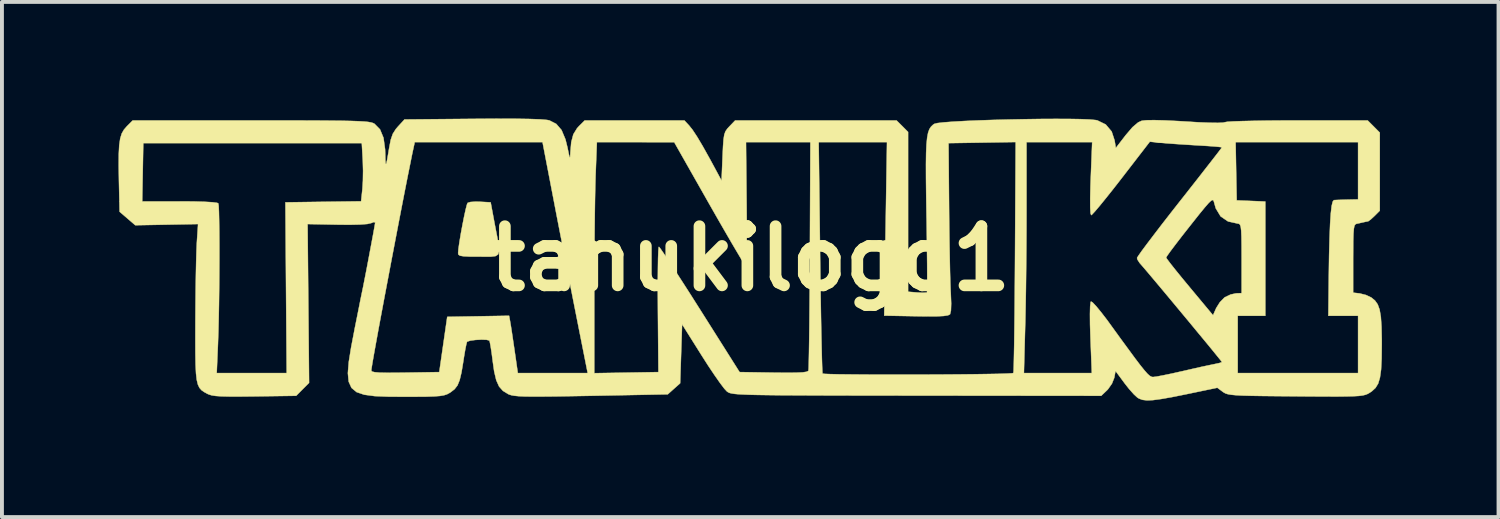
<source format=kicad_pcb>
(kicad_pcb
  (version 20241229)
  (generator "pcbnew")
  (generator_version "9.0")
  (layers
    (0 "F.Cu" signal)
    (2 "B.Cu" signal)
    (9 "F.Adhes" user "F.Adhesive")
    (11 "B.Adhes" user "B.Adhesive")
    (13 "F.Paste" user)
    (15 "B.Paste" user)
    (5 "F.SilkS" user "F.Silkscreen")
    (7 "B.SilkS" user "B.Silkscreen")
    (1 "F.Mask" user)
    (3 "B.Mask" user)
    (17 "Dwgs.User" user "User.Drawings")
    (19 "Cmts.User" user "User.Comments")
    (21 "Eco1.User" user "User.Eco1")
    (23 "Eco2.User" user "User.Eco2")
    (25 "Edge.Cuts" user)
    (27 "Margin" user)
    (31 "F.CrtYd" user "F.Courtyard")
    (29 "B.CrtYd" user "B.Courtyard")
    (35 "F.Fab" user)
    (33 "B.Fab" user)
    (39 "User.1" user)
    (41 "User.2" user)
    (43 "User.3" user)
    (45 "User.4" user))
  (footprint "tanukilogo1"
    (layer "F.Cu")
    (at 16.259 3.606)
    (property "Reference" "tanukilogo1" (at 0 0 0) (layer "F.SilkS") (effects (font (size 1.524 1.524) (thickness 0.3))))
    (attr through_hole)
    (fp_poly (pts (xy -6.954 -1.463) (xy -6.68 -1.448) (xy -6.571 -0.864) (xy -6.512 -0.56) (xy -6.474 -0.342) (xy -6.463 -0.196) (xy -6.487 -0.109) (xy -6.553 -0.065) (xy -6.669 -0.05) (xy -6.841 -0.05) (xy -6.985 -0.051) (xy -7.224 -0.052) (xy -7.38 -0.06) (xy -7.469 -0.075) (xy -7.509 -0.101) (xy -7.518 -0.14) (xy -7.509 -0.251) (xy -7.484 -0.424) (xy -7.449 -0.635) (xy -7.407 -0.862) (xy -7.364 -1.079) (xy -7.324 -1.263) (xy -7.291 -1.39) (xy -7.273 -1.434) (xy -7.201 -1.457) (xy -7.063 -1.466) (xy -6.954 -1.463)) (stroke (width 0.01) (type solid)) (fill yes) (layer "F.SilkS"))
    (fp_poly (pts (xy -6.07 -3.6) (xy -5.69 -3.594) (xy -5.41 -3.584) (xy -5.231 -3.569) (xy -5.171 -3.558) (xy -4.992 -3.467) (xy -4.855 -3.308) (xy -4.755 -3.069) (xy -4.703 -2.86) (xy -4.668 -2.688) (xy -4.647 -2.608) (xy -4.635 -2.613) (xy -4.63 -2.696) (xy -4.629 -2.724) (xy -4.606 -2.997) (xy -4.552 -3.199) (xy -4.456 -3.355) (xy -4.409 -3.407) (xy -4.259 -3.556) (xy -2.977 -3.556) (xy -1.694 -3.556) (xy -1.576 -3.43) (xy -1.484 -3.315) (xy -1.367 -3.138) (xy -1.219 -2.889) (xy -1.036 -2.561) (xy -0.928 -2.362) (xy -0.737 -2.007) (xy -0.711 -2.626) (xy -0.699 -2.887) (xy -0.686 -3.068) (xy -0.667 -3.19) (xy -0.637 -3.274) (xy -0.591 -3.341) (xy -0.537 -3.4) (xy -0.387 -3.556) (xy 3.767 -3.556) (xy 3.916 -3.408) (xy 4.064 -3.259) (xy 4.064 0.853) (xy 4.296 0.872) (xy 4.439 0.879) (xy 4.533 0.874) (xy 4.55 0.869) (xy 4.554 0.815) (xy 4.556 0.67) (xy 4.556 0.447) (xy 4.555 0.155) (xy 4.551 -0.193) (xy 4.546 -0.587) (xy 4.54 -1.016) (xy 4.538 -1.088) (xy 4.53 -1.624) (xy 4.525 -2.069) (xy 4.524 -2.43) (xy 4.528 -2.719) (xy 4.538 -2.944) (xy 4.555 -3.114) (xy 4.579 -3.24) (xy 4.612 -3.331) (xy 4.654 -3.395) (xy 4.705 -3.444) (xy 4.74 -3.468) (xy 4.819 -3.488) (xy 4.986 -3.507) (xy 5.228 -3.525) (xy 5.53 -3.542) (xy 5.879 -3.557) (xy 6.262 -3.57) (xy 6.664 -3.58) (xy 7.072 -3.588) (xy 7.473 -3.594) (xy 7.852 -3.596) (xy 8.197 -3.595) (xy 8.492 -3.59) (xy 8.726 -3.581) (xy 8.883 -3.567) (xy 8.931 -3.559) (xy 9.151 -3.452) (xy 9.304 -3.271) (xy 9.379 -3.042) (xy 9.411 -2.848) (xy 9.664 -3.176) (xy 9.84 -3.382) (xy 9.986 -3.506) (xy 10.079 -3.548) (xy 10.194 -3.561) (xy 10.397 -3.564) (xy 10.676 -3.557) (xy 11.018 -3.54) (xy 11.204 -3.529) (xy 11.543 -3.508) (xy 11.826 -3.497) (xy 12.04 -3.494) (xy 12.174 -3.5) (xy 12.215 -3.51) (xy 12.276 -3.521) (xy 12.427 -3.531) (xy 12.656 -3.539) (xy 12.954 -3.546) (xy 13.308 -3.552) (xy 13.707 -3.555) (xy 14.078 -3.556) (xy 15.893 -3.556) (xy 16.049 -3.4) (xy 16.205 -3.243) (xy 16.205 -1.233) (xy 16.071 -1.099) (xy 15.976 -1.011) (xy 15.913 -0.964) (xy 15.906 -0.961) (xy 15.835 -0.947) (xy 15.786 -0.936) (xy 15.654 -0.906) (xy 15.608 -0.897) (xy 15.576 -0.882) (xy 15.552 -0.844) (xy 15.537 -0.767) (xy 15.527 -0.639) (xy 15.521 -0.443) (xy 15.52 -0.168) (xy 15.519 -0.001) (xy 15.519 0.877) (xy 15.686 0.896) (xy 15.85 0.937) (xy 15.985 1.001) (xy 16.08 1.078) (xy 16.15 1.176) (xy 16.2 1.312) (xy 16.232 1.499) (xy 16.249 1.753) (xy 16.256 2.089) (xy 16.256 2.21) (xy 16.252 2.575) (xy 16.238 2.855) (xy 16.209 3.063) (xy 16.163 3.216) (xy 16.095 3.328) (xy 16 3.415) (xy 15.942 3.454) (xy 15.893 3.482) (xy 15.838 3.504) (xy 15.768 3.521) (xy 15.67 3.534) (xy 15.534 3.542) (xy 15.348 3.547) (xy 15.101 3.55) (xy 14.783 3.549) (xy 14.383 3.547) (xy 14.037 3.544) (xy 13.57 3.54) (xy 13.194 3.536) (xy 12.897 3.531) (xy 12.67 3.525) (xy 12.501 3.516) (xy 12.379 3.504) (xy 12.293 3.489) (xy 12.233 3.47) (xy 12.188 3.445) (xy 12.162 3.427) (xy 12.024 3.324) (xy 11.232 3.489) (xy 10.865 3.563) (xy 10.582 3.613) (xy 10.369 3.642) (xy 10.211 3.649) (xy 10.096 3.635) (xy 10.007 3.602) (xy 9.964 3.575) (xy 9.875 3.493) (xy 9.754 3.357) (xy 9.627 3.196) (xy 9.625 3.192) (xy 9.403 2.892) (xy 9.371 3.066) (xy 9.311 3.218) (xy 9.207 3.365) (xy 9.187 3.386) (xy 9.035 3.531) (xy 4.286 3.526) (xy 3.485 3.525) (xy 2.779 3.524) (xy 2.162 3.523) (xy 1.627 3.521) (xy 1.17 3.519) (xy 0.783 3.517) (xy 0.46 3.513) (xy 0.195 3.509) (xy -0.018 3.504) (xy -0.186 3.497) (xy -0.315 3.49) (xy -0.41 3.481) (xy -0.479 3.47) (xy -0.528 3.458) (xy -0.562 3.443) (xy -0.588 3.427) (xy -0.596 3.422) (xy -0.665 3.348) (xy -0.775 3.203) (xy -0.916 3.002) (xy -1.077 2.762) (xy -1.241 2.506) (xy -1.753 1.691) (xy -1.803 3.209) (xy -1.963 3.351) (xy -2.122 3.493) (xy -4.09 3.531) (xy -4.596 3.54) (xy -5.012 3.547) (xy -5.345 3.55) (xy -5.608 3.551) (xy -5.809 3.548) (xy -5.96 3.541) (xy -6.07 3.53) (xy -6.148 3.516) (xy -6.207 3.497) (xy -6.227 3.488) (xy -6.364 3.404) (xy -6.464 3.291) (xy -6.536 3.13) (xy -6.579 2.949) (xy -4.013 2.949) (xy -2.362 2.921) (xy -2.376 1.308) (xy -2.378 0.915) (xy -2.378 0.556) (xy -2.375 0.245) (xy -2.371 -0.008) (xy -2.364 -0.191) (xy -2.356 -0.29) (xy -2.35 -0.305) (xy -2.315 -0.263) (xy -2.233 -0.145) (xy -2.108 0.04) (xy -1.948 0.284) (xy -1.76 0.575) (xy -1.547 0.906) (xy -1.319 1.266) (xy -1.292 1.308) (xy -0.273 2.921) (xy 0.601 2.935) (xy 0.937 2.938) (xy 1.183 2.936) (xy 1.35 2.928) (xy 1.451 2.913) (xy 1.495 2.891) (xy 1.499 2.884) (xy 1.504 2.823) (xy 1.508 2.669) (xy 1.513 2.432) (xy 1.518 2.121) (xy 1.523 1.746) (xy 1.527 1.316) (xy 1.531 0.839) (xy 1.534 0.325) (xy 1.536 -0.089) (xy 1.549 -2.997) (xy 1.763 -2.997) (xy 1.8 -0.04) (xy 1.807 0.5) (xy 1.814 1.008) (xy 1.822 1.478) (xy 1.83 1.899) (xy 1.838 2.262) (xy 1.845 2.559) (xy 1.852 2.781) (xy 1.858 2.917) (xy 1.862 2.959) (xy 1.916 2.967) (xy 2.059 2.973) (xy 2.28 2.978) (xy 2.566 2.981) (xy 2.906 2.984) (xy 3.287 2.986) (xy 3.697 2.986) (xy 4.125 2.986) (xy 4.559 2.985) (xy 4.985 2.983) (xy 5.393 2.98) (xy 5.77 2.976) (xy 6.105 2.971) (xy 6.384 2.966) (xy 6.597 2.959) (xy 6.731 2.952) (xy 6.77 2.946) (xy 7.045 2.946) (xy 8.793 2.946) (xy 8.758 2.04) (xy 8.747 1.697) (xy 8.745 1.423) (xy 8.75 1.228) (xy 8.762 1.121) (xy 8.771 1.103) (xy 8.816 1.131) (xy 8.908 1.229) (xy 9.034 1.382) (xy 9.184 1.577) (xy 9.248 1.665) (xy 9.52 2.041) (xy 9.74 2.341) (xy 9.913 2.576) (xy 10.047 2.752) (xy 10.149 2.878) (xy 10.224 2.963) (xy 10.28 3.014) (xy 10.322 3.039) (xy 10.359 3.048) (xy 10.369 3.048) (xy 10.458 3.037) (xy 10.623 3.006) (xy 10.842 2.961) (xy 11.091 2.905) (xy 11.119 2.899) (xy 11.38 2.839) (xy 11.623 2.784) (xy 11.821 2.742) (xy 11.947 2.716) (xy 11.951 2.715) (xy 12.073 2.689) (xy 12.138 2.666) (xy 12.141 2.661) (xy 12.11 2.62) (xy 12.023 2.512) (xy 11.89 2.348) (xy 11.719 2.14) (xy 11.52 1.9) (xy 11.303 1.637) (xy 11.076 1.364) (xy 10.85 1.092) (xy 10.633 0.832) (xy 10.435 0.596) (xy 10.265 0.394) (xy 10.132 0.237) (xy 10.046 0.138) (xy 10.022 0.111) (xy 9.966 0.023) (xy 9.957 -0.016) (xy 9.963 -0.026) (xy 10.705 -0.026) (xy 10.737 0.022) (xy 10.823 0.136) (xy 10.955 0.302) (xy 11.121 0.506) (xy 11.31 0.734) (xy 11.913 1.458) (xy 11.995 1.272) (xy 12.088 1.124) (xy 12.205 1.004) (xy 12.221 0.993) (xy 12.367 0.924) (xy 12.507 0.894) (xy 12.649 0.889) (xy 12.649 -0.002) (xy 12.648 -0.324) (xy 12.645 -0.558) (xy 12.638 -0.718) (xy 12.626 -0.819) (xy 12.607 -0.873) (xy 12.58 -0.896) (xy 12.56 -0.899) (xy 12.299 -0.957) (xy 12.108 -1.087) (xy 11.983 -1.294) (xy 11.941 -1.443) (xy 11.927 -1.49) (xy 11.906 -1.509) (xy 11.866 -1.493) (xy 11.801 -1.432) (xy 11.702 -1.318) (xy 11.559 -1.144) (xy 11.365 -0.899) (xy 11.307 -0.826) (xy 11.119 -0.587) (xy 10.956 -0.375) (xy 10.825 -0.202) (xy 10.739 -0.082) (xy 10.705 -0.027) (xy 10.705 -0.026) (xy 9.963 -0.026) (xy 9.988 -0.069) (xy 10.074 -0.192) (xy 10.21 -0.375) (xy 10.387 -0.608) (xy 10.598 -0.884) (xy 10.837 -1.191) (xy 11.049 -1.461) (xy 11.304 -1.785) (xy 11.539 -2.084) (xy 11.744 -2.347) (xy 11.914 -2.565) (xy 12.042 -2.73) (xy 12.12 -2.833) (xy 12.141 -2.863) (xy 12.094 -2.872) (xy 11.964 -2.885) (xy 11.772 -2.899) (xy 11.536 -2.913) (xy 11.519 -2.914) (xy 11.242 -2.931) (xy 10.969 -2.949) (xy 10.734 -2.966) (xy 10.591 -2.979) (xy 10.403 -2.997) (xy 12.494 -2.997) (xy 12.508 -2.248) (xy 12.522 -1.499) (xy 12.89 -1.484) (xy 13.259 -1.469) (xy 13.259 1.473) (xy 12.548 1.473) (xy 12.548 2.946) (xy 15.646 2.946) (xy 15.646 1.473) (xy 14.881 1.473) (xy 14.892 0.47) (xy 14.9 -0.079) (xy 14.912 -0.531) (xy 14.926 -0.891) (xy 14.944 -1.164) (xy 14.966 -1.354) (xy 14.993 -1.466) (xy 15.024 -1.505) (xy 15.024 -1.505) (xy 15.108 -1.51) (xy 15.255 -1.515) (xy 15.367 -1.518) (xy 15.646 -1.524) (xy 15.646 -2.997) (xy 12.494 -2.997) (xy 10.403 -2.997) (xy 10.286 -3.009) (xy 9.556 -2.063) (xy 9.348 -1.796) (xy 9.159 -1.559) (xy 8.998 -1.361) (xy 8.875 -1.216) (xy 8.798 -1.133) (xy 8.777 -1.118) (xy 8.76 -1.167) (xy 8.752 -1.313) (xy 8.751 -1.548) (xy 8.758 -1.867) (xy 8.765 -2.057) (xy 8.802 -2.997) (xy 7.957 -2.997) (xy 7.112 -2.997) (xy 7.112 -1.253) (xy 7.111 -0.768) (xy 7.108 -0.25) (xy 7.103 0.274) (xy 7.097 0.78) (xy 7.089 1.242) (xy 7.081 1.634) (xy 7.078 1.719) (xy 7.045 2.946) (xy 6.77 2.946) (xy 6.774 2.946) (xy 6.779 2.892) (xy 6.784 2.745) (xy 6.789 2.515) (xy 6.795 2.21) (xy 6.8 1.84) (xy 6.805 1.413) (xy 6.809 0.938) (xy 6.813 0.425) (xy 6.816 -0.04) (xy 6.833 -3) (xy 5.105 -2.972) (xy 5.119 -1.27) (xy 5.123 -0.839) (xy 5.129 -0.418) (xy 5.136 -0.025) (xy 5.143 0.325) (xy 5.151 0.614) (xy 5.159 0.827) (xy 5.163 0.902) (xy 5.173 1.155) (xy 5.167 1.336) (xy 5.144 1.431) (xy 5.141 1.435) (xy 5.09 1.46) (xy 4.979 1.477) (xy 4.796 1.486) (xy 4.532 1.487) (xy 4.269 1.483) (xy 3.449 1.468) (xy 3.485 -0.764) (xy 3.521 -2.997) (xy 2.642 -2.997) (xy 1.763 -2.997) (xy 1.549 -2.997) (xy 1.549 -2.997) (xy 0.721 -2.997) (xy -0.108 -2.997) (xy -0.092 -1.397) (xy -0.089 -1.005) (xy -0.088 -0.649) (xy -0.089 -0.338) (xy -0.093 -0.087) (xy -0.097 0.093) (xy -0.104 0.19) (xy -0.108 0.203) (xy -0.139 0.161) (xy -0.215 0.039) (xy -0.328 -0.151) (xy -0.475 -0.4) (xy -0.648 -0.698) (xy -0.842 -1.035) (xy -1.048 -1.396) (xy -1.956 -2.996) (xy -2.951 -2.997) (xy -3.946 -2.997) (xy -3.98 -2.121) (xy -3.987 -1.87) (xy -3.994 -1.534) (xy -4 -1.132) (xy -4.005 -0.68) (xy -4.009 -0.196) (xy -4.012 0.303) (xy -4.013 0.799) (xy -4.013 0.852) (xy -4.013 2.949) (xy -6.579 2.949) (xy -6.59 2.902) (xy -6.627 2.641) (xy -6.655 2.425) (xy -6.682 2.25) (xy -6.704 2.137) (xy -6.714 2.109) (xy -6.784 2.09) (xy -6.916 2.085) (xy -7.069 2.093) (xy -7.205 2.111) (xy -7.285 2.138) (xy -7.288 2.14) (xy -7.305 2.198) (xy -7.333 2.333) (xy -7.365 2.522) (xy -7.385 2.652) (xy -7.431 2.929) (xy -7.478 3.126) (xy -7.534 3.264) (xy -7.609 3.361) (xy -7.711 3.44) (xy -7.738 3.457) (xy -7.803 3.492) (xy -7.88 3.517) (xy -7.985 3.535) (xy -8.133 3.546) (xy -8.34 3.553) (xy -8.621 3.555) (xy -8.879 3.556) (xy -9.316 3.553) (xy -9.666 3.539) (xy -9.935 3.503) (xy -10.131 3.436) (xy -10.262 3.327) (xy -10.334 3.168) (xy -10.355 2.949) (xy -10.35 2.883) (xy -9.754 2.883) (xy -9.733 2.907) (xy -9.665 2.924) (xy -9.537 2.935) (xy -9.336 2.939) (xy -9.052 2.937) (xy -8.878 2.935) (xy -8.003 2.921) (xy -7.798 1.499) (xy -7.002 1.485) (xy -6.206 1.471) (xy -6.18 1.612) (xy -6.162 1.717) (xy -6.134 1.897) (xy -6.1 2.126) (xy -6.067 2.349) (xy -5.981 2.946) (xy -4.183 2.946) (xy -4.473 1.486) (xy -4.566 1.016) (xy -4.671 0.481) (xy -4.782 -0.085) (xy -4.892 -0.648) (xy -4.994 -1.173) (xy -5.054 -1.486) (xy -5.345 -2.997) (xy -8.634 -2.997) (xy -8.659 -2.883) (xy -8.699 -2.698) (xy -8.751 -2.439) (xy -8.816 -2.117) (xy -8.89 -1.742) (xy -8.971 -1.326) (xy -9.057 -0.88) (xy -9.146 -0.414) (xy -9.237 0.061) (xy -9.326 0.532) (xy -9.413 0.99) (xy -9.494 1.423) (xy -9.568 1.82) (xy -9.632 2.171) (xy -9.685 2.464) (xy -9.724 2.688) (xy -9.747 2.832) (xy -9.754 2.883) (xy -10.35 2.883) (xy -10.332 2.66) (xy -10.273 2.291) (xy -10.185 1.832) (xy -10.185 1.829) (xy -10.126 1.535) (xy -10.073 1.27) (xy -10.03 1.052) (xy -9.999 0.901) (xy -9.986 0.838) (xy -9.964 0.733) (xy -9.93 0.559) (xy -9.886 0.336) (xy -9.838 0.084) (xy -9.789 -0.177) (xy -9.742 -0.428) (xy -9.701 -0.647) (xy -9.671 -0.815) (xy -9.654 -0.913) (xy -9.652 -0.929) (xy -9.689 -0.94) (xy -9.755 -0.914) (xy -9.854 -0.891) (xy -10.045 -0.877) (xy -10.318 -0.871) (xy -10.625 -0.874) (xy -11.392 -0.889) (xy -11.373 1.154) (xy -11.354 3.198) (xy -11.52 3.364) (xy -11.686 3.531) (xy -12.749 3.546) (xy -13.118 3.55) (xy -13.4 3.55) (xy -13.609 3.545) (xy -13.759 3.535) (xy -13.866 3.518) (xy -13.942 3.493) (xy -13.967 3.482) (xy -14.053 3.435) (xy -14.122 3.387) (xy -14.176 3.325) (xy -14.216 3.24) (xy -14.245 3.12) (xy -14.264 2.953) (xy -14.275 2.729) (xy -14.28 2.437) (xy -14.281 2.065) (xy -14.28 1.614) (xy -14.277 1.2) (xy -14.273 0.795) (xy -14.267 0.416) (xy -14.26 0.081) (xy -14.252 -0.192) (xy -14.244 -0.384) (xy -14.243 -0.406) (xy -14.211 -0.889) (xy -15.019 -0.874) (xy -15.827 -0.859) (xy -16.029 -1.033) (xy -16.231 -1.207) (xy -16.236 -1.473) (xy -15.649 -1.473) (xy -14.686 -1.473) (xy -14.337 -1.471) (xy -14.054 -1.463) (xy -13.845 -1.451) (xy -13.721 -1.435) (xy -13.691 -1.422) (xy -13.681 -1.358) (xy -13.674 -1.205) (xy -13.669 -0.978) (xy -13.665 -0.69) (xy -13.663 -0.355) (xy -13.663 0.013) (xy -13.665 0.401) (xy -13.668 0.795) (xy -13.673 1.181) (xy -13.68 1.546) (xy -13.688 1.877) (xy -13.698 2.159) (xy -13.698 2.172) (xy -13.731 2.946) (xy -11.93 2.946) (xy -11.947 0.749) (xy -11.963 -1.448) (xy -10.989 -1.462) (xy -10.015 -1.475) (xy -9.981 -1.793) (xy -9.968 -2.003) (xy -9.964 -2.262) (xy -9.971 -2.517) (xy -9.972 -2.541) (xy -9.997 -2.972) (xy -15.621 -2.972) (xy -15.635 -2.223) (xy -15.649 -1.473) (xy -16.236 -1.473) (xy -16.248 -2.008) (xy -16.254 -2.394) (xy -16.252 -2.693) (xy -16.24 -2.92) (xy -16.215 -3.09) (xy -16.176 -3.218) (xy -16.12 -3.317) (xy -16.046 -3.403) (xy -15.893 -3.556) (xy -12.847 -3.556) (xy -12.21 -3.556) (xy -11.668 -3.555) (xy -11.211 -3.554) (xy -10.832 -3.551) (xy -10.524 -3.548) (xy -10.278 -3.543) (xy -10.087 -3.536) (xy -9.942 -3.528) (xy -9.836 -3.518) (xy -9.762 -3.505) (xy -9.71 -3.49) (xy -9.674 -3.473) (xy -9.669 -3.469) (xy -9.528 -3.326) (xy -9.438 -3.108) (xy -9.397 -2.81) (xy -9.394 -2.707) (xy -9.39 -2.53) (xy -9.382 -2.44) (xy -9.368 -2.44) (xy -9.346 -2.534) (xy -9.313 -2.724) (xy -9.294 -2.839) (xy -9.252 -3.058) (xy -9.199 -3.211) (xy -9.12 -3.335) (xy -9.066 -3.398) (xy -8.898 -3.581) (xy -7.129 -3.597) (xy -6.549 -3.601) (xy -6.07 -3.6)) (stroke (width 0.01) (type solid)) (fill yes) (layer "F.SilkS")))
  (gr_rect
    (start -3 -3)
    (end 35.52 10.259)
    (stroke (width 0.1) (type default))
    (fill no)
    (layer "Edge.Cuts")))
</source>
